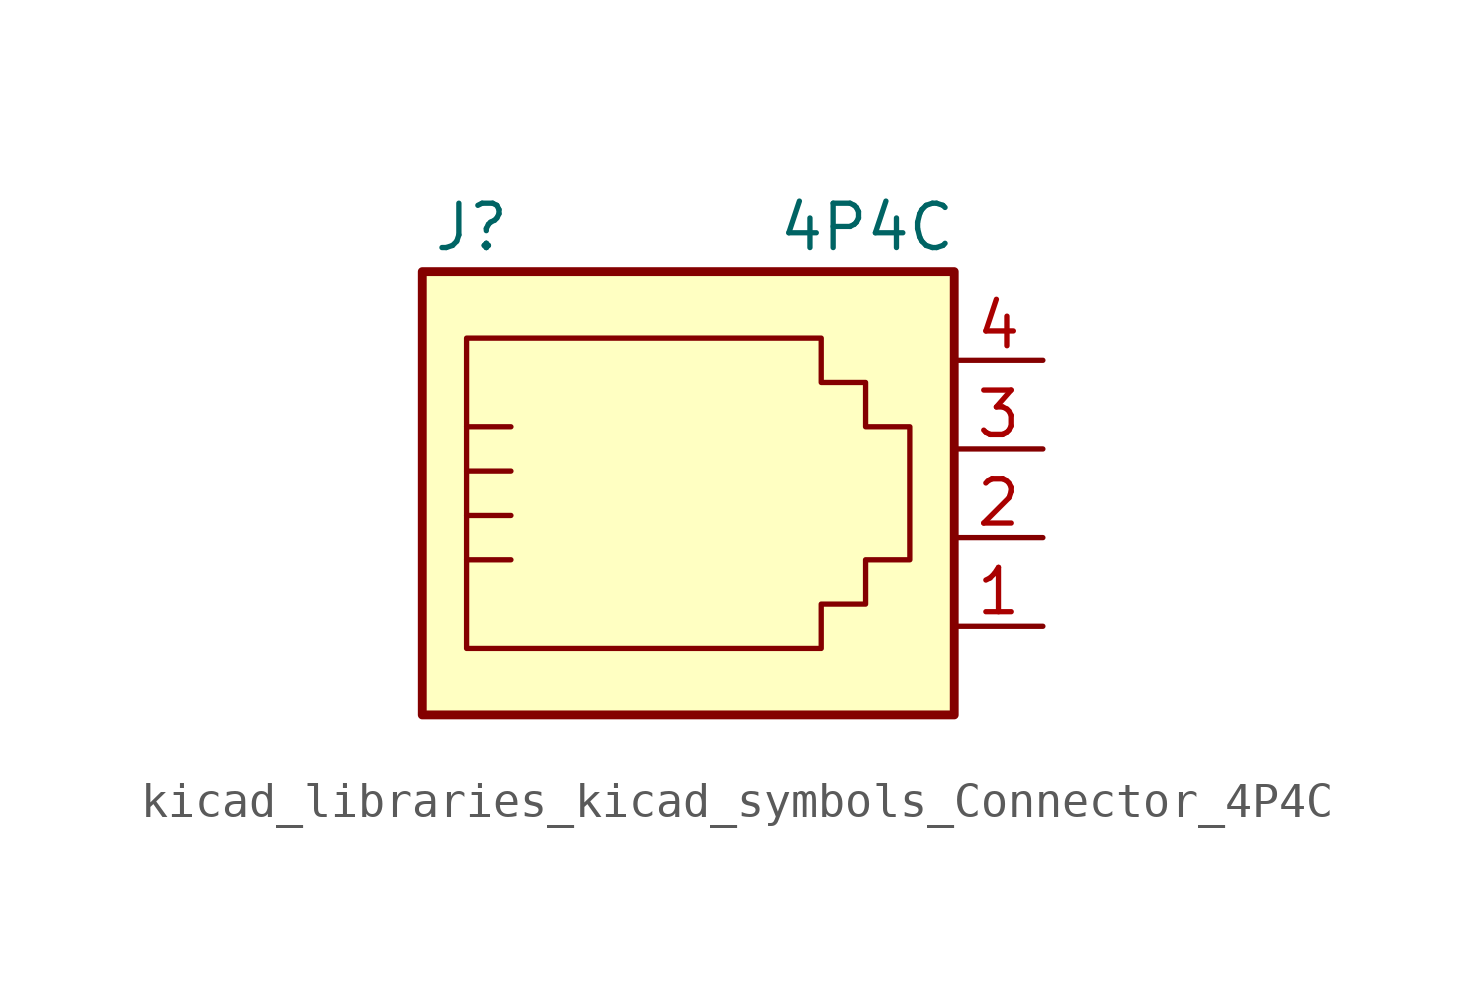
<source format=kicad_sym>
(kicad_symbol_lib
  (version 20220914)
  (generator kicad_symbol_editor)
  (symbol "kicad_libraries_kicad_symbols_Connector_4P4C"
    (pin_names
      (offset 1.016))
    (property "Reference" "J"
      (at -5.08 8.89 0)
      (effects (font (size 1.27 1.27)) (justify right)))
    (property "Value" "4P4C"
      (at 2.54 8.89 0)
      (effects (font (size 1.27 1.27)) (justify left)))
    (symbol "kicad_libraries_kicad_symbols_Connector_4P4C_0_1"
      (polyline (pts (xy -6.35 -0.635) (xy -5.08 -0.635) (xy -5.08 -0.635)) (stroke (width 0) (type default)) (fill (type none)))
      (polyline (pts (xy -6.35 0.635) (xy -5.08 0.635) (xy -5.08 0.635)) (stroke (width 0) (type default)) (fill (type none)))
      (polyline (pts (xy -6.35 1.905) (xy -5.08 1.905) (xy -5.08 1.905)) (stroke (width 0) (type default)) (fill (type none)))
      (polyline (pts (xy -6.35 3.175) (xy -5.08 3.175) (xy -5.08 3.175)) (stroke (width 0) (type default)) (fill (type none)))
      (polyline (pts (xy -6.35 -3.175) (xy -6.35 5.715) (xy -1.27 5.715) (xy 3.81 5.715) (xy 3.81 4.445) (xy 5.08 4.445) (xy 5.08 3.175) (xy 6.35 3.175) (xy 6.35 -0.635) (xy 5.08 -0.635) (xy 5.08 -1.905) (xy 3.81 -1.905) (xy 3.81 -3.175) (xy -6.35 -3.175) (xy -6.35 -3.175)) (stroke (width 0) (type default)) (fill (type none)))
      (rectangle (start 7.62 7.62) (end -7.62 -5.08) (stroke (width 0.254) (type default)) (fill (type background))))
    (symbol "kicad_libraries_kicad_symbols_Connector_4P4C_1_1"
      (pin passive line (at 10.16 -2.54 180) (length 2.54) (name "~" (effects (font (size 1.27 1.27)))) (number "1" (effects (font (size 1.27 1.27)))))
      (pin passive line (at 10.16 0 180) (length 2.54) (name "~" (effects (font (size 1.27 1.27)))) (number "2" (effects (font (size 1.27 1.27)))))
      (pin passive line (at 10.16 2.54 180) (length 2.54) (name "~" (effects (font (size 1.27 1.27)))) (number "3" (effects (font (size 1.27 1.27)))))
      (pin passive line (at 10.16 5.08 180) (length 2.54) (name "~" (effects (font (size 1.27 1.27)))) (number "4" (effects (font (size 1.27 1.27))))))))
</source>
